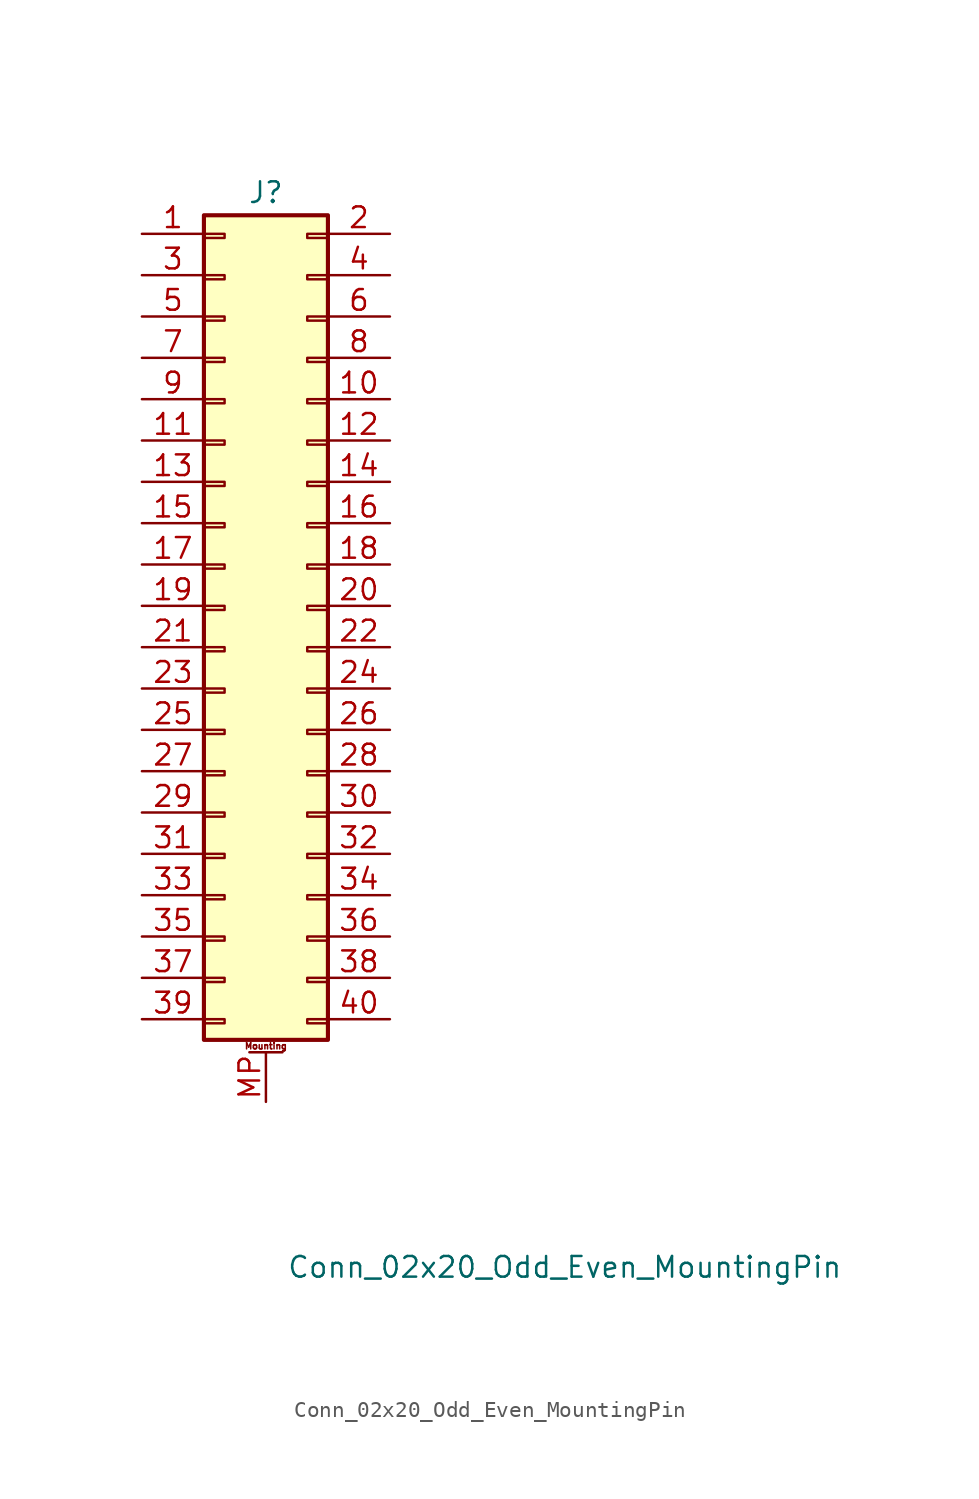
<source format=kicad_sym>
(kicad_symbol_lib
  (version 20220914)
  (generator kicad_symbol_editor)
  (symbol "Conn_02x20_Odd_Even_MountingPin"
    (pin_names
      (offset 1.016) hide)
    (property "Reference" "J"
      (at 0 25.4 0)
      (effects (font (size 1.27 1.27))))
    (property "Value" "Conn_02x20_Odd_Even_MountingPin"
      (at 1.27 -40.64 0)
      (effects (font (size 1.27 1.27)) (justify left)))
    (symbol "Conn_02x20_Odd_Even_MountingPin_1_1"
      (rectangle (start -3.81 -25.4) (end -2.54 -25.654) (stroke (width 0.152) (type default)) (fill (type none)))
      (rectangle (start -3.81 -22.86) (end -2.54 -23.114) (stroke (width 0.152) (type default)) (fill (type none)))
      (rectangle (start -3.81 -20.32) (end -2.54 -20.574) (stroke (width 0.152) (type default)) (fill (type none)))
      (rectangle (start -3.81 -17.78) (end -2.54 -18.034) (stroke (width 0.152) (type default)) (fill (type none)))
      (rectangle (start -3.81 -15.24) (end -2.54 -15.494) (stroke (width 0.152) (type default)) (fill (type none)))
      (rectangle (start -3.81 -12.7) (end -2.54 -12.954) (stroke (width 0.152) (type default)) (fill (type none)))
      (rectangle (start -3.81 -10.16) (end -2.54 -10.414) (stroke (width 0.152) (type default)) (fill (type none)))
      (rectangle (start -3.81 -7.62) (end -2.54 -7.874) (stroke (width 0.152) (type default)) (fill (type none)))
      (rectangle (start -3.81 -5.08) (end -2.54 -5.334) (stroke (width 0.152) (type default)) (fill (type none)))
      (rectangle (start -3.81 -2.54) (end -2.54 -2.794) (stroke (width 0.152) (type default)) (fill (type none)))
      (rectangle (start -3.81 0) (end -2.54 -0.254) (stroke (width 0.152) (type default)) (fill (type none)))
      (rectangle (start -3.81 2.54) (end -2.54 2.286) (stroke (width 0.152) (type default)) (fill (type none)))
      (rectangle (start -3.81 5.08) (end -2.54 4.826) (stroke (width 0.152) (type default)) (fill (type none)))
      (rectangle (start -3.81 7.62) (end -2.54 7.366) (stroke (width 0.152) (type default)) (fill (type none)))
      (rectangle (start -3.81 10.16) (end -2.54 9.906) (stroke (width 0.152) (type default)) (fill (type none)))
      (rectangle (start -3.81 12.7) (end -2.54 12.446) (stroke (width 0.152) (type default)) (fill (type none)))
      (rectangle (start -3.81 15.24) (end -2.54 14.986) (stroke (width 0.152) (type default)) (fill (type none)))
      (rectangle (start -3.81 17.78) (end -2.54 17.526) (stroke (width 0.152) (type default)) (fill (type none)))
      (rectangle (start -3.81 20.32) (end -2.54 20.066) (stroke (width 0.152) (type default)) (fill (type none)))
      (rectangle (start -3.81 22.86) (end -2.54 22.606) (stroke (width 0.152) (type default)) (fill (type none)))
      (rectangle (start -3.81 24.003) (end 3.81 -26.67) (stroke (width 0.254) (type default)) (fill (type background)))
      (polyline (pts (xy -1.016 -27.432) (xy 1.016 -27.432)) (stroke (width 0.152) (type default)) (fill (type none)))
      (rectangle (start 3.81 -25.4) (end 2.54 -25.654) (stroke (width 0.152) (type default)) (fill (type none)))
      (rectangle (start 3.81 -22.86) (end 2.54 -23.114) (stroke (width 0.152) (type default)) (fill (type none)))
      (rectangle (start 3.81 -20.32) (end 2.54 -20.574) (stroke (width 0.152) (type default)) (fill (type none)))
      (rectangle (start 3.81 -17.78) (end 2.54 -18.034) (stroke (width 0.152) (type default)) (fill (type none)))
      (rectangle (start 3.81 -15.24) (end 2.54 -15.494) (stroke (width 0.152) (type default)) (fill (type none)))
      (rectangle (start 3.81 -12.7) (end 2.54 -12.954) (stroke (width 0.152) (type default)) (fill (type none)))
      (rectangle (start 3.81 -10.16) (end 2.54 -10.414) (stroke (width 0.152) (type default)) (fill (type none)))
      (rectangle (start 3.81 -7.62) (end 2.54 -7.874) (stroke (width 0.152) (type default)) (fill (type none)))
      (rectangle (start 3.81 -5.08) (end 2.54 -5.334) (stroke (width 0.152) (type default)) (fill (type none)))
      (rectangle (start 3.81 -2.54) (end 2.54 -2.794) (stroke (width 0.152) (type default)) (fill (type none)))
      (rectangle (start 3.81 0) (end 2.54 -0.254) (stroke (width 0.152) (type default)) (fill (type none)))
      (rectangle (start 3.81 2.54) (end 2.54 2.286) (stroke (width 0.152) (type default)) (fill (type none)))
      (rectangle (start 3.81 5.08) (end 2.54 4.826) (stroke (width 0.152) (type default)) (fill (type none)))
      (rectangle (start 3.81 7.62) (end 2.54 7.366) (stroke (width 0.152) (type default)) (fill (type none)))
      (rectangle (start 3.81 10.16) (end 2.54 9.906) (stroke (width 0.152) (type default)) (fill (type none)))
      (rectangle (start 3.81 12.7) (end 2.54 12.446) (stroke (width 0.152) (type default)) (fill (type none)))
      (rectangle (start 3.81 15.24) (end 2.54 14.986) (stroke (width 0.152) (type default)) (fill (type none)))
      (rectangle (start 3.81 17.78) (end 2.54 17.526) (stroke (width 0.152) (type default)) (fill (type none)))
      (rectangle (start 3.81 20.32) (end 2.54 20.066) (stroke (width 0.152) (type default)) (fill (type none)))
      (rectangle (start 3.81 22.86) (end 2.54 22.606) (stroke (width 0.152) (type default)) (fill (type none)))
      (text "Mounting" (at 0 -27.051 0) (effects (font (size 0.381 0.381))))
      (pin passive line (at -7.62 22.86 0) (length 3.81) (name "Pin_1" (effects (font (size 1.27 1.27)))) (number "1" (effects (font (size 1.27 1.27)))))
      (pin passive line (at 7.62 12.7 180) (length 3.81) (name "Pin_10" (effects (font (size 1.27 1.27)))) (number "10" (effects (font (size 1.27 1.27)))))
      (pin passive line (at -7.62 10.16 0) (length 3.81) (name "Pin_11" (effects (font (size 1.27 1.27)))) (number "11" (effects (font (size 1.27 1.27)))))
      (pin passive line (at 7.62 10.16 180) (length 3.81) (name "Pin_12" (effects (font (size 1.27 1.27)))) (number "12" (effects (font (size 1.27 1.27)))))
      (pin passive line (at -7.62 7.62 0) (length 3.81) (name "Pin_13" (effects (font (size 1.27 1.27)))) (number "13" (effects (font (size 1.27 1.27)))))
      (pin passive line (at 7.62 7.62 180) (length 3.81) (name "Pin_14" (effects (font (size 1.27 1.27)))) (number "14" (effects (font (size 1.27 1.27)))))
      (pin passive line (at -7.62 5.08 0) (length 3.81) (name "Pin_15" (effects (font (size 1.27 1.27)))) (number "15" (effects (font (size 1.27 1.27)))))
      (pin passive line (at 7.62 5.08 180) (length 3.81) (name "Pin_16" (effects (font (size 1.27 1.27)))) (number "16" (effects (font (size 1.27 1.27)))))
      (pin passive line (at -7.62 2.54 0) (length 3.81) (name "Pin_17" (effects (font (size 1.27 1.27)))) (number "17" (effects (font (size 1.27 1.27)))))
      (pin passive line (at 7.62 2.54 180) (length 3.81) (name "Pin_18" (effects (font (size 1.27 1.27)))) (number "18" (effects (font (size 1.27 1.27)))))
      (pin passive line (at -7.62 0 0) (length 3.81) (name "Pin_19" (effects (font (size 1.27 1.27)))) (number "19" (effects (font (size 1.27 1.27)))))
      (pin passive line (at 7.62 22.86 180) (length 3.81) (name "Pin_2" (effects (font (size 1.27 1.27)))) (number "2" (effects (font (size 1.27 1.27)))))
      (pin passive line (at 7.62 0 180) (length 3.81) (name "Pin_20" (effects (font (size 1.27 1.27)))) (number "20" (effects (font (size 1.27 1.27)))))
      (pin passive line (at -7.62 -2.54 0) (length 3.81) (name "Pin_21" (effects (font (size 1.27 1.27)))) (number "21" (effects (font (size 1.27 1.27)))))
      (pin passive line (at 7.62 -2.54 180) (length 3.81) (name "Pin_22" (effects (font (size 1.27 1.27)))) (number "22" (effects (font (size 1.27 1.27)))))
      (pin passive line (at -7.62 -5.08 0) (length 3.81) (name "Pin_23" (effects (font (size 1.27 1.27)))) (number "23" (effects (font (size 1.27 1.27)))))
      (pin passive line (at 7.62 -5.08 180) (length 3.81) (name "Pin_24" (effects (font (size 1.27 1.27)))) (number "24" (effects (font (size 1.27 1.27)))))
      (pin passive line (at -7.62 -7.62 0) (length 3.81) (name "Pin_25" (effects (font (size 1.27 1.27)))) (number "25" (effects (font (size 1.27 1.27)))))
      (pin passive line (at 7.62 -7.62 180) (length 3.81) (name "Pin_26" (effects (font (size 1.27 1.27)))) (number "26" (effects (font (size 1.27 1.27)))))
      (pin passive line (at -7.62 -10.16 0) (length 3.81) (name "Pin_27" (effects (font (size 1.27 1.27)))) (number "27" (effects (font (size 1.27 1.27)))))
      (pin passive line (at 7.62 -10.16 180) (length 3.81) (name "Pin_28" (effects (font (size 1.27 1.27)))) (number "28" (effects (font (size 1.27 1.27)))))
      (pin passive line (at -7.62 -12.7 0) (length 3.81) (name "Pin_29" (effects (font (size 1.27 1.27)))) (number "29" (effects (font (size 1.27 1.27)))))
      (pin passive line (at -7.62 20.32 0) (length 3.81) (name "Pin_3" (effects (font (size 1.27 1.27)))) (number "3" (effects (font (size 1.27 1.27)))))
      (pin passive line (at 7.62 -12.7 180) (length 3.81) (name "Pin_30" (effects (font (size 1.27 1.27)))) (number "30" (effects (font (size 1.27 1.27)))))
      (pin passive line (at -7.62 -15.24 0) (length 3.81) (name "Pin_31" (effects (font (size 1.27 1.27)))) (number "31" (effects (font (size 1.27 1.27)))))
      (pin passive line (at 7.62 -15.24 180) (length 3.81) (name "Pin_32" (effects (font (size 1.27 1.27)))) (number "32" (effects (font (size 1.27 1.27)))))
      (pin passive line (at -7.62 -17.78 0) (length 3.81) (name "Pin_33" (effects (font (size 1.27 1.27)))) (number "33" (effects (font (size 1.27 1.27)))))
      (pin passive line (at 7.62 -17.78 180) (length 3.81) (name "Pin_34" (effects (font (size 1.27 1.27)))) (number "34" (effects (font (size 1.27 1.27)))))
      (pin passive line (at -7.62 -20.32 0) (length 3.81) (name "Pin_35" (effects (font (size 1.27 1.27)))) (number "35" (effects (font (size 1.27 1.27)))))
      (pin passive line (at 7.62 -20.32 180) (length 3.81) (name "Pin_36" (effects (font (size 1.27 1.27)))) (number "36" (effects (font (size 1.27 1.27)))))
      (pin passive line (at -7.62 -22.86 0) (length 3.81) (name "Pin_37" (effects (font (size 1.27 1.27)))) (number "37" (effects (font (size 1.27 1.27)))))
      (pin passive line (at 7.62 -22.86 180) (length 3.81) (name "Pin_38" (effects (font (size 1.27 1.27)))) (number "38" (effects (font (size 1.27 1.27)))))
      (pin passive line (at -7.62 -25.4 0) (length 3.81) (name "Pin_39" (effects (font (size 1.27 1.27)))) (number "39" (effects (font (size 1.27 1.27)))))
      (pin passive line (at 7.62 20.32 180) (length 3.81) (name "Pin_4" (effects (font (size 1.27 1.27)))) (number "4" (effects (font (size 1.27 1.27)))))
      (pin passive line (at 7.62 -25.4 180) (length 3.81) (name "Pin_40" (effects (font (size 1.27 1.27)))) (number "40" (effects (font (size 1.27 1.27)))))
      (pin passive line (at -7.62 17.78 0) (length 3.81) (name "Pin_5" (effects (font (size 1.27 1.27)))) (number "5" (effects (font (size 1.27 1.27)))))
      (pin passive line (at 7.62 17.78 180) (length 3.81) (name "Pin_6" (effects (font (size 1.27 1.27)))) (number "6" (effects (font (size 1.27 1.27)))))
      (pin passive line (at -7.62 15.24 0) (length 3.81) (name "Pin_7" (effects (font (size 1.27 1.27)))) (number "7" (effects (font (size 1.27 1.27)))))
      (pin passive line (at 7.62 15.24 180) (length 3.81) (name "Pin_8" (effects (font (size 1.27 1.27)))) (number "8" (effects (font (size 1.27 1.27)))))
      (pin passive line (at -7.62 12.7 0) (length 3.81) (name "Pin_9" (effects (font (size 1.27 1.27)))) (number "9" (effects (font (size 1.27 1.27)))))
      (pin passive line (at 0 -30.48 90) (length 3.048) (name "MountPin" (effects (font (size 1.27 1.27)))) (number "MP" (effects (font (size 1.27 1.27))))))))
</source>
